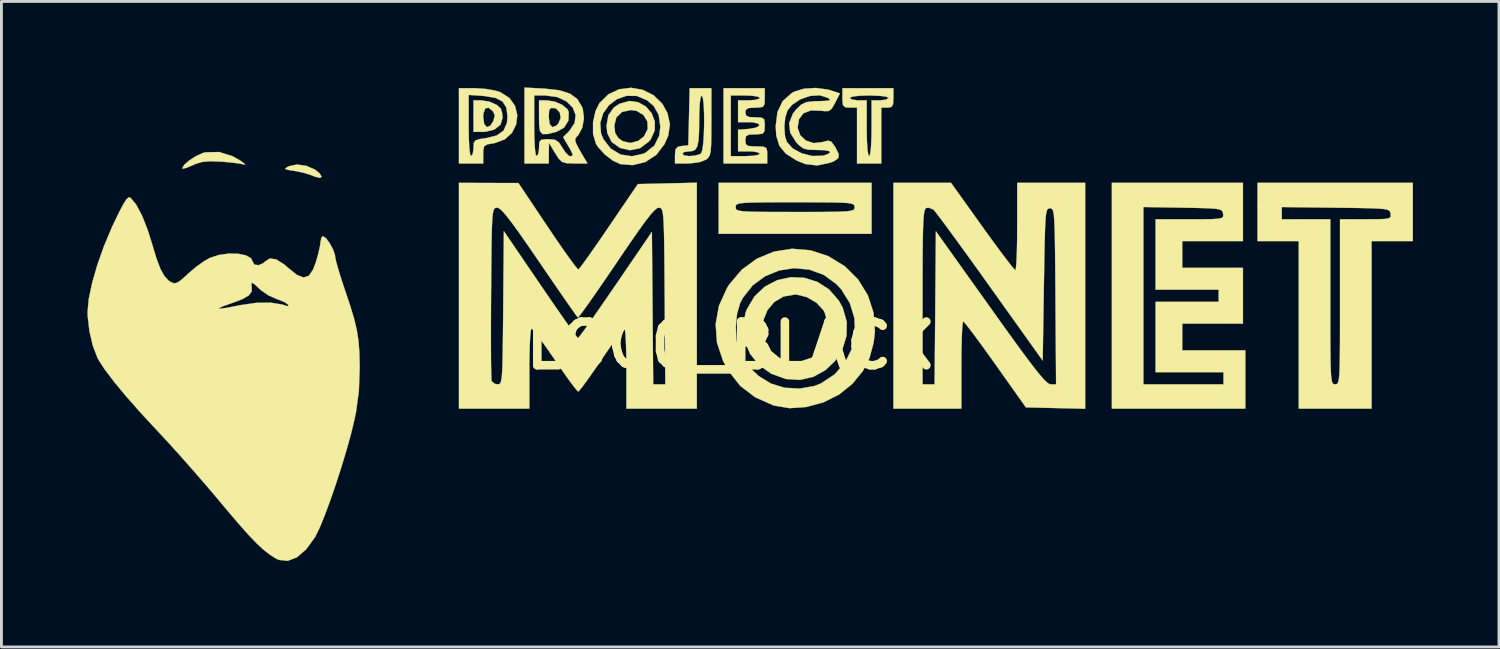
<source format=kicad_pcb>
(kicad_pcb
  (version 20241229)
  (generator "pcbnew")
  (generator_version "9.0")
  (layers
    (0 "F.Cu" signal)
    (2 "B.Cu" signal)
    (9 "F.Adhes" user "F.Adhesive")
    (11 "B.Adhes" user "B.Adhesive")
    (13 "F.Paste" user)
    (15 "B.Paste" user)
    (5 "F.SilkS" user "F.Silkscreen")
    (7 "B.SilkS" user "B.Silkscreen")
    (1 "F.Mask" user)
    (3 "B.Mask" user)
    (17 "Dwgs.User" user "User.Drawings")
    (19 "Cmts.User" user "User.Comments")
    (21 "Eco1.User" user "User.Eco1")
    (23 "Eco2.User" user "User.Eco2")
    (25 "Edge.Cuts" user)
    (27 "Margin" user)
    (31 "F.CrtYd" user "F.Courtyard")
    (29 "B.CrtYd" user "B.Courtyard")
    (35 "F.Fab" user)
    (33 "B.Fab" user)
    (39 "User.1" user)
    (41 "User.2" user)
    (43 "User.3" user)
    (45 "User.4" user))
  (footprint "LOGO_BLACK"
    (layer "F.Cu")
    (at 22.442 9.001)
    (property "Reference" "LOGO_BLACK" (at 0 0 0) (layer "F.SilkS") (effects (font (size 1.524 1.524) (thickness 0.3))))
    (attr through_hole)
    (fp_poly (pts (xy -14.807 -6.266) (xy -14.507 -6.137) (xy -14.351 -6.012) (xy -14.271 -5.885) (xy -14.329 -5.845) (xy -14.518 -5.893) (xy -14.647 -5.945) (xy -14.866 -6.015) (xy -15.152 -6.078) (xy -15.24 -6.093) (xy -15.468 -6.129) (xy -15.547 -6.161) (xy -15.497 -6.208) (xy -15.402 -6.256) (xy -15.13 -6.311) (xy -14.807 -6.266)) (stroke (width 0.01) (type solid)) (fill yes) (layer "F.SilkS"))
    (fp_poly (pts (xy -17.375 -6.6) (xy -17.145 -6.47) (xy -16.984 -6.358) (xy -16.937 -6.306) (xy -16.976 -6.312) (xy -17.141 -6.346) (xy -17.418 -6.382) (xy -17.751 -6.411) (xy -17.785 -6.413) (xy -18.157 -6.427) (xy -18.424 -6.405) (xy -18.65 -6.34) (xy -18.78 -6.283) (xy -18.987 -6.196) (xy -19.115 -6.168) (xy -19.135 -6.181) (xy -19.065 -6.303) (xy -18.89 -6.455) (xy -18.66 -6.602) (xy -18.427 -6.71) (xy -18.328 -6.737) (xy -17.848 -6.749) (xy -17.375 -6.6)) (stroke (width 0.01) (type solid)) (fill yes) (layer "F.SilkS"))
    (fp_poly (pts (xy -8.411 -8.504) (xy -8.148 -8.382) (xy -8.023 -8.263) (xy -7.976 -8.113) (xy -7.96 -7.942) (xy -8.034 -7.701) (xy -8.244 -7.532) (xy -8.563 -7.454) (xy -8.655 -7.451) (xy -8.975 -7.451) (xy -8.975 -7.959) (xy -8.636 -7.959) (xy -8.6 -7.716) (xy -8.508 -7.615) (xy -8.387 -7.666) (xy -8.283 -7.829) (xy -8.231 -8.023) (xy -8.295 -8.168) (xy -8.453 -8.296) (xy -8.568 -8.264) (xy -8.63 -8.082) (xy -8.636 -7.959) (xy -8.975 -7.959) (xy -8.975 -8.551) (xy -8.715 -8.551) (xy -8.411 -8.504)) (stroke (width 0.01) (type solid)) (fill yes) (layer "F.SilkS"))
    (fp_poly (pts (xy -6.146 -8.508) (xy -5.884 -8.396) (xy -5.701 -8.245) (xy -5.653 -8.15) (xy -5.663 -7.846) (xy -5.816 -7.599) (xy -6.082 -7.453) (xy -6.383 -7.377) (xy -6.563 -7.373) (xy -6.653 -7.466) (xy -6.685 -7.683) (xy -6.689 -7.959) (xy -6.689 -7.965) (xy -6.35 -7.965) (xy -6.316 -7.717) (xy -6.224 -7.616) (xy -6.086 -7.669) (xy -6.015 -7.742) (xy -5.934 -7.937) (xy -5.967 -8.133) (xy -6.096 -8.264) (xy -6.16 -8.282) (xy -6.281 -8.281) (xy -6.336 -8.202) (xy -6.35 -8.002) (xy -6.35 -7.965) (xy -6.689 -7.965) (xy -6.689 -8.551) (xy -6.43 -8.551) (xy -6.146 -8.508)) (stroke (width 0.01) (type solid)) (fill yes) (layer "F.SilkS"))
    (fp_poly (pts (xy -3.23 -8.486) (xy -2.961 -8.334) (xy -2.76 -8.1) (xy -2.65 -7.812) (xy -2.653 -7.501) (xy -2.791 -7.195) (xy -2.857 -7.113) (xy -3.168 -6.881) (xy -3.519 -6.81) (xy -3.867 -6.893) (xy -4.155 -7.099) (xy -4.307 -7.403) (xy -4.335 -7.662) (xy -4.333 -7.675) (xy -4.063 -7.675) (xy -4.063 -7.67) (xy -4.032 -7.404) (xy -3.916 -7.229) (xy -3.768 -7.126) (xy -3.507 -7.064) (xy -3.23 -7.135) (xy -3.027 -7.294) (xy -2.897 -7.555) (xy -2.911 -7.817) (xy -3.047 -8.04) (xy -3.285 -8.183) (xy -3.486 -8.213) (xy -3.791 -8.146) (xy -3.991 -7.959) (xy -4.063 -7.675) (xy -4.333 -7.675) (xy -4.272 -8.031) (xy -4.077 -8.302) (xy -3.882 -8.431) (xy -3.544 -8.528) (xy -3.23 -8.486)) (stroke (width 0.01) (type solid)) (fill yes) (layer "F.SilkS"))
    (fp_poly (pts (xy 17.865 -3.641) (xy 15.748 -3.641) (xy 15.748 -2.709) (xy 17.865 -2.709) (xy 17.865 -0.762) (xy 15.748 -0.762) (xy 15.748 0.169) (xy 17.949 0.169) (xy 17.949 2.201) (xy 13.293 2.201) (xy 13.293 1.355) (xy 14.393 1.355) (xy 17.187 1.355) (xy 17.187 0.931) (xy 14.817 0.931) (xy 14.817 -1.524) (xy 17.018 -1.524) (xy 17.018 -1.947) (xy 14.817 -1.947) (xy 14.817 -4.403) (xy 16.008 -4.403) (xy 16.478 -4.403) (xy 16.803 -4.408) (xy 17.011 -4.422) (xy 17.125 -4.448) (xy 17.172 -4.491) (xy 17.177 -4.554) (xy 17.172 -4.593) (xy 17.157 -4.664) (xy 17.117 -4.715) (xy 17.029 -4.75) (xy 16.867 -4.774) (xy 16.606 -4.788) (xy 16.223 -4.799) (xy 15.769 -4.807) (xy 14.393 -4.83) (xy 14.393 1.355) (xy 13.293 1.355) (xy 13.293 -5.673) (xy 17.865 -5.673) (xy 17.865 -3.641)) (stroke (width 0.01) (type solid)) (fill yes) (layer "F.SilkS"))
    (fp_poly (pts (xy 4.911 -3.895) (xy -0.423 -3.895) (xy -0.423 -4.826) (xy 0.169 -4.826) (xy 0.175 -4.773) (xy 0.205 -4.733) (xy 0.28 -4.703) (xy 0.419 -4.682) (xy 0.641 -4.669) (xy 0.967 -4.661) (xy 1.416 -4.658) (xy 2.009 -4.657) (xy 2.244 -4.657) (xy 2.888 -4.657) (xy 3.384 -4.66) (xy 3.749 -4.666) (xy 4.004 -4.677) (xy 4.169 -4.695) (xy 4.263 -4.722) (xy 4.306 -4.758) (xy 4.318 -4.807) (xy 4.318 -4.826) (xy 4.312 -4.879) (xy 4.282 -4.919) (xy 4.207 -4.949) (xy 4.069 -4.97) (xy 3.846 -4.983) (xy 3.52 -4.991) (xy 3.071 -4.994) (xy 2.479 -4.995) (xy 2.244 -4.995) (xy 1.599 -4.995) (xy 1.104 -4.992) (xy 0.738 -4.986) (xy 0.483 -4.975) (xy 0.319 -4.957) (xy 0.225 -4.93) (xy 0.182 -4.894) (xy 0.17 -4.845) (xy 0.169 -4.826) (xy -0.423 -4.826) (xy -0.423 -5.673) (xy 4.911 -5.673) (xy 4.911 -3.895)) (stroke (width 0.01) (type solid)) (fill yes) (layer "F.SilkS"))
    (fp_poly (pts (xy -8.564 -8.951) (xy -8.214 -8.89) (xy -8.042 -8.837) (xy -7.722 -8.634) (xy -7.526 -8.356) (xy -7.448 -8.037) (xy -7.486 -7.713) (xy -7.632 -7.419) (xy -7.885 -7.189) (xy -8.237 -7.059) (xy -8.276 -7.053) (xy -8.501 -7.014) (xy -8.605 -6.946) (xy -8.634 -6.799) (xy -8.636 -6.678) (xy -8.636 -6.35) (xy -9.483 -6.35) (xy -9.483 -7.673) (xy -9.144 -7.673) (xy -9.138 -7.211) (xy -9.119 -6.868) (xy -9.09 -6.66) (xy -9.059 -6.604) (xy -9.003 -6.678) (xy -8.975 -6.86) (xy -8.975 -6.889) (xy -8.965 -7.059) (xy -8.909 -7.151) (xy -8.763 -7.2) (xy -8.548 -7.231) (xy -8.168 -7.324) (xy -7.928 -7.492) (xy -7.81 -7.755) (xy -7.789 -7.988) (xy -7.829 -8.3) (xy -7.963 -8.511) (xy -8.213 -8.638) (xy -8.603 -8.702) (xy -8.639 -8.705) (xy -9.144 -8.741) (xy -9.144 -7.673) (xy -9.483 -7.673) (xy -9.483 -8.975) (xy -8.934 -8.975) (xy -8.564 -8.951)) (stroke (width 0.01) (type solid)) (fill yes) (layer "F.SilkS"))
    (fp_poly (pts (xy -3.069 -8.917) (xy -2.694 -8.729) (xy -2.386 -8.429) (xy -2.207 -8.101) (xy -2.123 -7.712) (xy -2.181 -7.324) (xy -2.312 -7.024) (xy -2.598 -6.65) (xy -2.979 -6.401) (xy -3.421 -6.291) (xy -3.852 -6.326) (xy -4.115 -6.448) (xy -4.395 -6.664) (xy -4.629 -6.92) (xy -4.708 -7.046) (xy -4.805 -7.383) (xy -4.806 -7.763) (xy -4.554 -7.763) (xy -4.526 -7.401) (xy -4.447 -7.2) (xy -4.188 -6.866) (xy -3.846 -6.662) (xy -3.454 -6.6) (xy -3.051 -6.689) (xy -2.972 -6.727) (xy -2.667 -6.972) (xy -2.496 -7.318) (xy -2.458 -7.638) (xy -2.516 -8.048) (xy -2.692 -8.358) (xy -2.927 -8.556) (xy -3.281 -8.704) (xy -3.637 -8.709) (xy -3.968 -8.594) (xy -4.249 -8.383) (xy -4.453 -8.098) (xy -4.554 -7.763) (xy -4.806 -7.763) (xy -4.806 -7.785) (xy -4.718 -8.18) (xy -4.581 -8.455) (xy -4.269 -8.762) (xy -3.891 -8.939) (xy -3.48 -8.989) (xy -3.069 -8.917)) (stroke (width 0.01) (type solid)) (fill yes) (layer "F.SilkS"))
    (fp_poly (pts (xy 5.673 -8.636) (xy 5.661 -8.418) (xy 5.607 -8.321) (xy 5.479 -8.297) (xy 5.461 -8.297) (xy 5.249 -8.297) (xy 5.249 -6.35) (xy 4.403 -6.35) (xy 4.403 -8.297) (xy 4.149 -8.297) (xy 3.986 -8.311) (xy 3.913 -8.383) (xy 3.895 -8.563) (xy 3.895 -8.636) (xy 4.149 -8.636) (xy 4.223 -8.58) (xy 4.406 -8.552) (xy 4.445 -8.551) (xy 4.741 -8.551) (xy 4.741 -7.578) (xy 4.748 -7.144) (xy 4.768 -6.826) (xy 4.8 -6.642) (xy 4.826 -6.604) (xy 4.864 -6.685) (xy 4.891 -6.915) (xy 4.907 -7.273) (xy 4.911 -7.578) (xy 4.911 -8.551) (xy 5.207 -8.551) (xy 5.403 -8.573) (xy 5.501 -8.625) (xy 5.503 -8.636) (xy 5.424 -8.678) (xy 5.208 -8.707) (xy 4.887 -8.72) (xy 4.826 -8.721) (xy 4.491 -8.711) (xy 4.255 -8.684) (xy 4.151 -8.644) (xy 4.149 -8.636) (xy 3.895 -8.636) (xy 3.895 -8.975) (xy 5.673 -8.975) (xy 5.673 -8.636)) (stroke (width 0.01) (type solid)) (fill yes) (layer "F.SilkS"))
    (fp_poly (pts (xy -0.677 -7.794) (xy -0.679 -7.324) (xy -0.686 -6.994) (xy -0.703 -6.775) (xy -0.734 -6.637) (xy -0.783 -6.552) (xy -0.854 -6.49) (xy -0.866 -6.482) (xy -1.087 -6.395) (xy -1.407 -6.352) (xy -1.501 -6.35) (xy -1.947 -6.35) (xy -1.947 -6.641) (xy -1.943 -6.689) (xy -1.693 -6.689) (xy -1.622 -6.628) (xy -1.452 -6.606) (xy -1.25 -6.622) (xy -1.08 -6.673) (xy -1.033 -6.706) (xy -0.991 -6.824) (xy -0.96 -7.061) (xy -0.939 -7.375) (xy -0.929 -7.727) (xy -0.931 -8.077) (xy -0.944 -8.386) (xy -0.97 -8.612) (xy -1.007 -8.718) (xy -1.016 -8.721) (xy -1.056 -8.641) (xy -1.085 -8.419) (xy -1.1 -8.082) (xy -1.102 -7.938) (xy -1.107 -7.47) (xy -1.127 -7.146) (xy -1.17 -6.94) (xy -1.242 -6.827) (xy -1.351 -6.78) (xy -1.449 -6.773) (xy -1.623 -6.748) (xy -1.693 -6.689) (xy -1.943 -6.689) (xy -1.929 -6.842) (xy -1.847 -6.931) (xy -1.714 -6.958) (xy -1.482 -6.985) (xy -1.458 -7.98) (xy -1.434 -8.975) (xy -0.677 -8.975) (xy -0.677 -7.794)) (stroke (width 0.01) (type solid)) (fill yes) (layer "F.SilkS"))
    (fp_poly (pts (xy 2.564 -2.361) (xy 3.02 -2.218) (xy 3.431 -1.953) (xy 3.768 -1.565) (xy 3.906 -1.312) (xy 4.046 -0.822) (xy 4.037 -0.336) (xy 3.897 0.122) (xy 3.647 0.528) (xy 3.303 0.859) (xy 2.885 1.091) (xy 2.413 1.201) (xy 1.923 1.17) (xy 1.412 0.986) (xy 0.991 0.687) (xy 0.676 0.298) (xy 0.482 -0.155) (xy 0.438 -0.524) (xy 1.104 -0.524) (xy 1.18 -0.159) (xy 1.374 0.17) (xy 1.695 0.433) (xy 1.71 0.441) (xy 2.064 0.553) (xy 2.455 0.548) (xy 2.811 0.431) (xy 2.904 0.371) (xy 3.191 0.061) (xy 3.355 -0.326) (xy 3.386 -0.743) (xy 3.276 -1.145) (xy 3.227 -1.234) (xy 2.988 -1.492) (xy 2.654 -1.686) (xy 2.3 -1.776) (xy 2.244 -1.778) (xy 1.838 -1.707) (xy 1.514 -1.515) (xy 1.279 -1.233) (xy 1.14 -0.892) (xy 1.104 -0.524) (xy 0.438 -0.524) (xy 0.423 -0.645) (xy 0.515 -1.147) (xy 0.555 -1.252) (xy 0.828 -1.715) (xy 1.193 -2.058) (xy 1.623 -2.28) (xy 2.089 -2.381) (xy 2.564 -2.361)) (stroke (width 0.01) (type solid)) (fill yes) (layer "F.SilkS"))
    (fp_poly (pts (xy 23.791 -3.641) (xy 22.352 -3.641) (xy 22.352 2.201) (xy 19.812 2.201) (xy 19.812 -3.641) (xy 18.373 -3.641) (xy 18.373 -4.403) (xy 19.219 -4.403) (xy 20.913 -4.403) (xy 20.913 -1.524) (xy 20.913 -0.751) (xy 20.914 -0.13) (xy 20.918 0.355) (xy 20.925 0.721) (xy 20.936 0.985) (xy 20.952 1.163) (xy 20.974 1.272) (xy 21.003 1.329) (xy 21.041 1.351) (xy 21.082 1.355) (xy 21.127 1.35) (xy 21.164 1.325) (xy 21.193 1.264) (xy 21.214 1.148) (xy 21.23 0.962) (xy 21.24 0.689) (xy 21.246 0.312) (xy 21.25 -0.186) (xy 21.251 -0.821) (xy 21.251 -1.524) (xy 21.251 -4.403) (xy 22.146 -4.403) (xy 22.543 -4.404) (xy 22.8 -4.412) (xy 22.945 -4.434) (xy 23.009 -4.476) (xy 23.02 -4.544) (xy 23.014 -4.593) (xy 23.002 -4.655) (xy 22.971 -4.702) (xy 22.9 -4.737) (xy 22.768 -4.761) (xy 22.554 -4.778) (xy 22.237 -4.789) (xy 21.797 -4.798) (xy 21.211 -4.805) (xy 21.103 -4.806) (xy 19.219 -4.829) (xy 19.219 -4.403) (xy 18.373 -4.403) (xy 18.373 -5.673) (xy 23.791 -5.673) (xy 23.791 -3.641)) (stroke (width 0.01) (type solid)) (fill yes) (layer "F.SilkS"))
    (fp_poly (pts (xy -6.491 -8.959) (xy -5.98 -8.902) (xy -5.607 -8.784) (xy -5.351 -8.593) (xy -5.187 -8.316) (xy -5.164 -8.254) (xy -5.122 -7.933) (xy -5.178 -7.604) (xy -5.317 -7.34) (xy -5.375 -7.282) (xy -5.429 -7.202) (xy -5.41 -7.08) (xy -5.307 -6.874) (xy -5.246 -6.768) (xy -5 -6.35) (xy -5.455 -6.35) (xy -5.722 -6.357) (xy -5.884 -6.402) (xy -6.003 -6.517) (xy -6.126 -6.71) (xy -6.343 -7.07) (xy -6.347 -6.71) (xy -6.35 -6.35) (xy -7.197 -6.35) (xy -7.197 -8.721) (xy -6.858 -8.721) (xy -6.858 -7.662) (xy -6.851 -7.204) (xy -6.833 -6.863) (xy -6.804 -6.658) (xy -6.773 -6.604) (xy -6.717 -6.678) (xy -6.689 -6.861) (xy -6.689 -6.9) (xy -6.678 -7.093) (xy -6.611 -7.176) (xy -6.44 -7.196) (xy -6.363 -7.197) (xy -6.136 -7.176) (xy -5.994 -7.083) (xy -5.878 -6.9) (xy -5.752 -6.712) (xy -5.635 -6.61) (xy -5.611 -6.604) (xy -5.528 -6.615) (xy -5.518 -6.674) (xy -5.586 -6.816) (xy -5.676 -6.972) (xy -5.85 -7.266) (xy -5.634 -7.481) (xy -5.448 -7.758) (xy -5.413 -8.038) (xy -5.513 -8.299) (xy -5.732 -8.515) (xy -6.053 -8.664) (xy -6.46 -8.721) (xy -6.473 -8.721) (xy -6.858 -8.721) (xy -7.197 -8.721) (xy -7.197 -8.996) (xy -6.491 -8.959)) (stroke (width 0.01) (type solid)) (fill yes) (layer "F.SilkS"))
    (fp_poly (pts (xy 2.782 -3.32) (xy 3.399 -3.117) (xy 3.979 -2.763) (xy 4.443 -2.3) (xy 4.781 -1.751) (xy 4.98 -1.139) (xy 5.028 -0.486) (xy 4.985 -0.109) (xy 4.838 0.44) (xy 4.602 0.898) (xy 4.241 1.336) (xy 4.233 1.345) (xy 3.774 1.713) (xy 3.229 1.984) (xy 2.64 2.145) (xy 2.051 2.187) (xy 1.505 2.096) (xy 1.482 2.088) (xy 0.843 1.803) (xy 0.326 1.406) (xy -0.085 0.881) (xy -0.269 0.54) (xy -0.482 -0.097) (xy -0.522 -0.649) (xy 0.175 -0.649) (xy 0.197 -0.188) (xy 0.288 0.203) (xy 0.301 0.236) (xy 0.569 0.676) (xy 0.969 1.063) (xy 1.397 1.327) (xy 1.875 1.475) (xy 2.405 1.503) (xy 2.918 1.413) (xy 3.142 1.325) (xy 3.624 1.007) (xy 3.986 0.592) (xy 4.225 0.109) (xy 4.335 -0.416) (xy 4.312 -0.954) (xy 4.153 -1.478) (xy 3.852 -1.96) (xy 3.685 -2.14) (xy 3.24 -2.464) (xy 2.739 -2.647) (xy 2.21 -2.696) (xy 1.685 -2.616) (xy 1.192 -2.413) (xy 0.761 -2.094) (xy 0.422 -1.663) (xy 0.328 -1.482) (xy 0.218 -1.106) (xy 0.175 -0.649) (xy -0.522 -0.649) (xy -0.529 -0.745) (xy -0.412 -1.387) (xy -0.132 -2.005) (xy -0.052 -2.131) (xy 0.386 -2.646) (xy 0.913 -3.03) (xy 1.504 -3.274) (xy 2.135 -3.374) (xy 2.782 -3.32)) (stroke (width 0.01) (type solid)) (fill yes) (layer "F.SilkS"))
    (fp_poly (pts (xy 1.185 -8.636) (xy 1.177 -8.419) (xy 1.12 -8.323) (xy 0.965 -8.298) (xy 0.847 -8.297) (xy 0.625 -8.283) (xy 0.527 -8.226) (xy 0.508 -8.128) (xy 0.536 -8.017) (xy 0.651 -7.968) (xy 0.847 -7.959) (xy 1.064 -7.95) (xy 1.16 -7.894) (xy 1.185 -7.75) (xy 1.185 -7.662) (xy 1.175 -7.473) (xy 1.112 -7.388) (xy 0.947 -7.367) (xy 0.847 -7.366) (xy 0.628 -7.354) (xy 0.531 -7.3) (xy 0.508 -7.173) (xy 0.508 -7.154) (xy 0.524 -7.024) (xy 0.601 -6.962) (xy 0.786 -6.943) (xy 0.889 -6.943) (xy 1.123 -6.936) (xy 1.234 -6.893) (xy 1.268 -6.778) (xy 1.27 -6.646) (xy 1.27 -6.35) (xy -0.254 -6.35) (xy -0.254 -8.721) (xy 0 -8.721) (xy 0 -6.604) (xy 0.508 -6.604) (xy 0.779 -6.617) (xy 0.962 -6.65) (xy 1.016 -6.689) (xy 0.94 -6.739) (xy 0.749 -6.769) (xy 0.635 -6.773) (xy 0.254 -6.773) (xy 0.254 -7.526) (xy 0.607 -7.552) (xy 0.874 -7.597) (xy 0.995 -7.667) (xy 0.966 -7.737) (xy 0.784 -7.783) (xy 0.642 -7.789) (xy 0.254 -7.789) (xy 0.254 -8.551) (xy 0.635 -8.551) (xy 0.862 -8.568) (xy 0.999 -8.611) (xy 1.016 -8.636) (xy 0.939 -8.681) (xy 0.737 -8.712) (xy 0.508 -8.721) (xy 0 -8.721) (xy -0.254 -8.721) (xy -0.254 -8.975) (xy 1.185 -8.975) (xy 1.185 -8.636)) (stroke (width 0.01) (type solid)) (fill yes) (layer "F.SilkS"))
    (fp_poly (pts (xy 3.395 -8.925) (xy 3.5 -8.894) (xy 3.807 -8.793) (xy 3.64 -8.466) (xy 3.523 -8.262) (xy 3.414 -8.177) (xy 3.253 -8.175) (xy 3.181 -8.186) (xy 2.797 -8.2) (xy 2.529 -8.096) (xy 2.378 -7.891) (xy 2.33 -7.594) (xy 2.42 -7.337) (xy 2.617 -7.149) (xy 2.89 -7.059) (xy 3.208 -7.096) (xy 3.218 -7.1) (xy 3.397 -7.146) (xy 3.511 -7.104) (xy 3.628 -6.944) (xy 3.644 -6.918) (xy 3.762 -6.686) (xy 3.754 -6.537) (xy 3.607 -6.431) (xy 3.465 -6.376) (xy 3.015 -6.279) (xy 2.597 -6.329) (xy 2.288 -6.456) (xy 1.921 -6.69) (xy 1.695 -6.965) (xy 1.586 -7.322) (xy 1.568 -7.622) (xy 1.869 -7.622) (xy 1.891 -7.305) (xy 1.953 -7.102) (xy 2.162 -6.871) (xy 2.477 -6.701) (xy 2.842 -6.61) (xy 3.198 -6.617) (xy 3.337 -6.655) (xy 3.464 -6.728) (xy 3.43 -6.782) (xy 3.246 -6.814) (xy 2.999 -6.82) (xy 2.714 -6.828) (xy 2.53 -6.874) (xy 2.38 -6.985) (xy 2.279 -7.092) (xy 2.073 -7.422) (xy 2.035 -7.755) (xy 2.167 -8.087) (xy 2.279 -8.232) (xy 2.458 -8.405) (xy 2.639 -8.489) (xy 2.9 -8.518) (xy 2.956 -8.52) (xy 3.26 -8.529) (xy 3.421 -8.543) (xy 3.466 -8.569) (xy 3.421 -8.613) (xy 3.387 -8.636) (xy 3.106 -8.726) (xy 2.768 -8.705) (xy 2.427 -8.588) (xy 2.136 -8.393) (xy 1.977 -8.197) (xy 1.898 -7.946) (xy 1.869 -7.622) (xy 1.568 -7.622) (xy 1.566 -7.647) (xy 1.627 -8.142) (xy 1.811 -8.524) (xy 2.125 -8.804) (xy 2.21 -8.852) (xy 2.554 -8.958) (xy 2.973 -8.983) (xy 3.395 -8.925)) (stroke (width 0.01) (type solid)) (fill yes) (layer "F.SilkS"))
    (fp_poly (pts (xy 8.772 -4.149) (xy 9.092 -3.706) (xy 9.38 -3.314) (xy 9.622 -2.993) (xy 9.803 -2.761) (xy 9.908 -2.639) (xy 9.927 -2.625) (xy 9.947 -2.705) (xy 9.965 -2.928) (xy 9.979 -3.266) (xy 9.988 -3.694) (xy 9.991 -4.149) (xy 9.991 -5.673) (xy 12.361 -5.673) (xy 12.361 2.207) (xy 11.327 2.183) (xy 10.294 2.159) (xy 9.232 0.66) (xy 8.918 0.221) (xy 8.635 -0.168) (xy 8.398 -0.487) (xy 8.222 -0.714) (xy 8.122 -0.831) (xy 8.107 -0.843) (xy 8.087 -0.764) (xy 8.069 -0.542) (xy 8.055 -0.205) (xy 8.046 0.223) (xy 8.043 0.677) (xy 8.043 2.201) (xy 5.673 2.201) (xy 5.673 -1.696) (xy 6.689 -1.696) (xy 6.689 1.355) (xy 7.11 1.355) (xy 7.154 -3.984) (xy 9.058 -1.315) (xy 9.558 -0.615) (xy 9.972 -0.042) (xy 10.307 0.413) (xy 10.573 0.764) (xy 10.779 1.022) (xy 10.934 1.198) (xy 11.047 1.303) (xy 11.126 1.35) (xy 11.154 1.355) (xy 11.347 1.355) (xy 11.325 -1.714) (xy 11.319 -2.516) (xy 11.313 -3.164) (xy 11.306 -3.675) (xy 11.297 -4.065) (xy 11.285 -4.352) (xy 11.269 -4.549) (xy 11.248 -4.675) (xy 11.22 -4.746) (xy 11.186 -4.776) (xy 11.144 -4.784) (xy 11.134 -4.784) (xy 11.086 -4.778) (xy 11.048 -4.751) (xy 11.018 -4.684) (xy 10.995 -4.56) (xy 10.977 -4.361) (xy 10.962 -4.071) (xy 10.95 -3.671) (xy 10.939 -3.144) (xy 10.928 -2.473) (xy 10.922 -2.128) (xy 10.88 0.527) (xy 9.036 -2.056) (xy 8.616 -2.643) (xy 8.223 -3.189) (xy 7.868 -3.678) (xy 7.564 -4.093) (xy 7.322 -4.419) (xy 7.154 -4.64) (xy 7.071 -4.74) (xy 7.069 -4.742) (xy 6.903 -4.806) (xy 6.817 -4.796) (xy 6.783 -4.765) (xy 6.755 -4.69) (xy 6.734 -4.555) (xy 6.717 -4.345) (xy 6.705 -4.043) (xy 6.697 -3.633) (xy 6.692 -3.1) (xy 6.689 -2.428) (xy 6.689 -1.696) (xy 5.673 -1.696) (xy 5.673 -5.673) (xy 7.682 -5.673) (xy 8.772 -4.149)) (stroke (width 0.01) (type solid)) (fill yes) (layer "F.SilkS"))
    (fp_poly (pts (xy -20.943 -5.154) (xy -20.937 -5.15) (xy -20.741 -4.913) (xy -20.539 -4.533) (xy -20.342 -4.036) (xy -20.192 -3.558) (xy -20.038 -3.047) (xy -19.899 -2.678) (xy -19.76 -2.425) (xy -19.611 -2.263) (xy -19.521 -2.204) (xy -19.41 -2.167) (xy -19.293 -2.198) (xy -19.133 -2.316) (xy -18.931 -2.503) (xy -18.656 -2.739) (xy -18.365 -2.946) (xy -18.171 -3.055) (xy -17.852 -3.159) (xy -17.509 -3.206) (xy -17.182 -3.199) (xy -16.908 -3.142) (xy -16.729 -3.038) (xy -16.679 -2.923) (xy -16.617 -2.82) (xy -16.473 -2.801) (xy -16.312 -2.868) (xy -16.256 -2.921) (xy -16.08 -3.035) (xy -15.854 -3.002) (xy -15.57 -2.82) (xy -15.436 -2.704) (xy -15.134 -2.462) (xy -14.901 -2.37) (xy -14.719 -2.431) (xy -14.57 -2.649) (xy -14.469 -2.921) (xy -14.384 -3.223) (xy -14.327 -3.484) (xy -14.31 -3.619) (xy -14.277 -3.768) (xy -14.223 -3.81) (xy -14.119 -3.74) (xy -13.993 -3.569) (xy -13.877 -3.355) (xy -13.808 -3.157) (xy -13.801 -3.096) (xy -13.774 -2.955) (xy -13.702 -2.692) (xy -13.595 -2.344) (xy -13.466 -1.953) (xy -13.275 -1.381) (xy -13.137 -0.923) (xy -13.044 -0.532) (xy -12.987 -0.163) (xy -12.957 0.228) (xy -12.946 0.687) (xy -12.946 0.79) (xy -12.973 1.579) (xy -13.071 2.311) (xy -13.126 2.579) (xy -13.246 3.077) (xy -13.403 3.643) (xy -13.585 4.246) (xy -13.781 4.853) (xy -13.981 5.431) (xy -14.173 5.947) (xy -14.346 6.369) (xy -14.49 6.663) (xy -14.505 6.689) (xy -14.812 7.111) (xy -15.133 7.388) (xy -15.456 7.513) (xy -15.769 7.479) (xy -15.879 7.426) (xy -16.092 7.288) (xy -16.306 7.12) (xy -16.54 6.903) (xy -16.813 6.618) (xy -17.143 6.247) (xy -17.549 5.771) (xy -17.788 5.485) (xy -18.216 4.978) (xy -18.687 4.433) (xy -19.163 3.894) (xy -19.605 3.404) (xy -19.953 3.029) (xy -20.557 2.379) (xy -21.081 1.786) (xy -21.514 1.264) (xy -21.845 0.827) (xy -22.063 0.488) (xy -22.091 0.435) (xy -22.253 0.012) (xy -22.373 -0.501) (xy -22.433 -1.025) (xy -22.437 -1.18) (xy -22.425 -1.303) (xy -17.856 -1.303) (xy -17.835 -1.282) (xy -17.65 -1.304) (xy -17.302 -1.368) (xy -17.12 -1.405) (xy -16.558 -1.487) (xy -16.05 -1.494) (xy -15.639 -1.427) (xy -15.544 -1.393) (xy -15.431 -1.366) (xy -15.441 -1.423) (xy -15.555 -1.506) (xy -15.766 -1.596) (xy -15.846 -1.623) (xy -16.134 -1.751) (xy -16.395 -1.932) (xy -16.429 -1.964) (xy -16.616 -2.139) (xy -16.709 -2.191) (xy -16.726 -2.123) (xy -16.713 -2.053) (xy -16.711 -1.887) (xy -16.811 -1.748) (xy -17.034 -1.618) (xy -17.401 -1.478) (xy -17.412 -1.475) (xy -17.715 -1.368) (xy -17.856 -1.303) (xy -22.425 -1.303) (xy -22.396 -1.624) (xy -22.28 -2.175) (xy -22.101 -2.798) (xy -21.87 -3.453) (xy -21.598 -4.103) (xy -21.533 -4.243) (xy -21.333 -4.658) (xy -21.186 -4.936) (xy -21.081 -5.099) (xy -21.005 -5.165) (xy -20.943 -5.154)) (stroke (width 0.01) (type solid)) (fill yes) (layer "F.SilkS"))
    (fp_poly (pts (xy -1.185 2.201) (xy -3.641 2.201) (xy -3.641 0.804) (xy -3.645 0.339) (xy -3.656 -0.06) (xy -3.672 -0.366) (xy -3.693 -0.551) (xy -3.71 -0.593) (xy -3.779 -0.526) (xy -3.923 -0.342) (xy -4.125 -0.064) (xy -4.367 0.283) (xy -4.52 0.508) (xy -4.777 0.884) (xy -5.003 1.205) (xy -5.182 1.447) (xy -5.295 1.585) (xy -5.323 1.609) (xy -5.39 1.542) (xy -5.532 1.359) (xy -5.734 1.082) (xy -5.976 0.736) (xy -6.132 0.508) (xy -6.391 0.132) (xy -6.621 -0.189) (xy -6.804 -0.431) (xy -6.921 -0.569) (xy -6.953 -0.593) (xy -6.978 -0.513) (xy -6.999 -0.291) (xy -7.015 0.044) (xy -7.025 0.464) (xy -7.027 0.804) (xy -7.027 2.201) (xy -9.483 2.201) (xy -9.483 -0.483) (xy -8.368 -0.483) (xy -8.367 0.088) (xy -8.364 0.567) (xy -8.358 0.934) (xy -8.351 1.168) (xy -8.343 1.248) (xy -8.236 1.336) (xy -8.132 1.355) (xy -8.084 1.35) (xy -8.046 1.324) (xy -8.017 1.26) (xy -7.994 1.139) (xy -7.977 0.946) (xy -7.965 0.662) (xy -7.956 0.269) (xy -7.949 -0.248) (xy -7.942 -0.909) (xy -7.939 -1.317) (xy -7.916 -3.988) (xy -6.646 -2.124) (xy -6.307 -1.629) (xy -5.999 -1.183) (xy -5.735 -0.805) (xy -5.526 -0.512) (xy -5.387 -0.323) (xy -5.33 -0.257) (xy -5.272 -0.323) (xy -5.132 -0.511) (xy -4.923 -0.803) (xy -4.658 -1.181) (xy -4.349 -1.626) (xy -4.018 -2.108) (xy -2.752 -3.962) (xy -2.729 -1.304) (xy -2.707 1.355) (xy -2.284 1.355) (xy -2.306 -1.714) (xy -2.312 -2.516) (xy -2.318 -3.164) (xy -2.325 -3.676) (xy -2.334 -4.067) (xy -2.347 -4.355) (xy -2.363 -4.555) (xy -2.384 -4.684) (xy -2.412 -4.758) (xy -2.446 -4.793) (xy -2.489 -4.807) (xy -2.499 -4.808) (xy -2.568 -4.791) (xy -2.665 -4.713) (xy -2.801 -4.562) (xy -2.986 -4.324) (xy -3.231 -3.985) (xy -3.545 -3.532) (xy -3.94 -2.952) (xy -3.981 -2.891) (xy -4.324 -2.386) (xy -4.636 -1.932) (xy -4.906 -1.546) (xy -5.12 -1.246) (xy -5.266 -1.05) (xy -5.332 -0.975) (xy -5.334 -0.975) (xy -5.391 -1.048) (xy -5.53 -1.244) (xy -5.74 -1.543) (xy -6.006 -1.928) (xy -6.317 -2.38) (xy -6.659 -2.881) (xy -6.684 -2.917) (xy -7.086 -3.503) (xy -7.406 -3.961) (xy -7.656 -4.304) (xy -7.845 -4.547) (xy -7.984 -4.703) (xy -8.084 -4.786) (xy -8.157 -4.809) (xy -8.166 -4.809) (xy -8.212 -4.798) (xy -8.249 -4.769) (xy -8.279 -4.706) (xy -8.302 -4.591) (xy -8.319 -4.409) (xy -8.332 -4.142) (xy -8.342 -3.774) (xy -8.349 -3.288) (xy -8.355 -2.667) (xy -8.361 -1.895) (xy -8.362 -1.821) (xy -8.366 -1.126) (xy -8.368 -0.483) (xy -9.483 -0.483) (xy -9.483 -5.673) (xy -8.445 -5.669) (xy -7.408 -5.666) (xy -6.392 -4.148) (xy -6.091 -3.703) (xy -5.821 -3.312) (xy -5.594 -2.994) (xy -5.426 -2.769) (xy -5.331 -2.657) (xy -5.317 -2.649) (xy -5.254 -2.721) (xy -5.111 -2.913) (xy -4.903 -3.204) (xy -4.645 -3.573) (xy -4.352 -3.999) (xy -4.25 -4.149) (xy -3.242 -5.63) (xy -2.213 -5.654) (xy -1.185 -5.678) (xy -1.185 2.201)) (stroke (width 0.01) (type solid)) (fill yes) (layer "F.SilkS")))
  (gr_rect
    (start -3 -3)
    (end 49.238 19.519)
    (stroke (width 0.1) (type default))
    (fill no)
    (layer "Edge.Cuts")))
</source>
